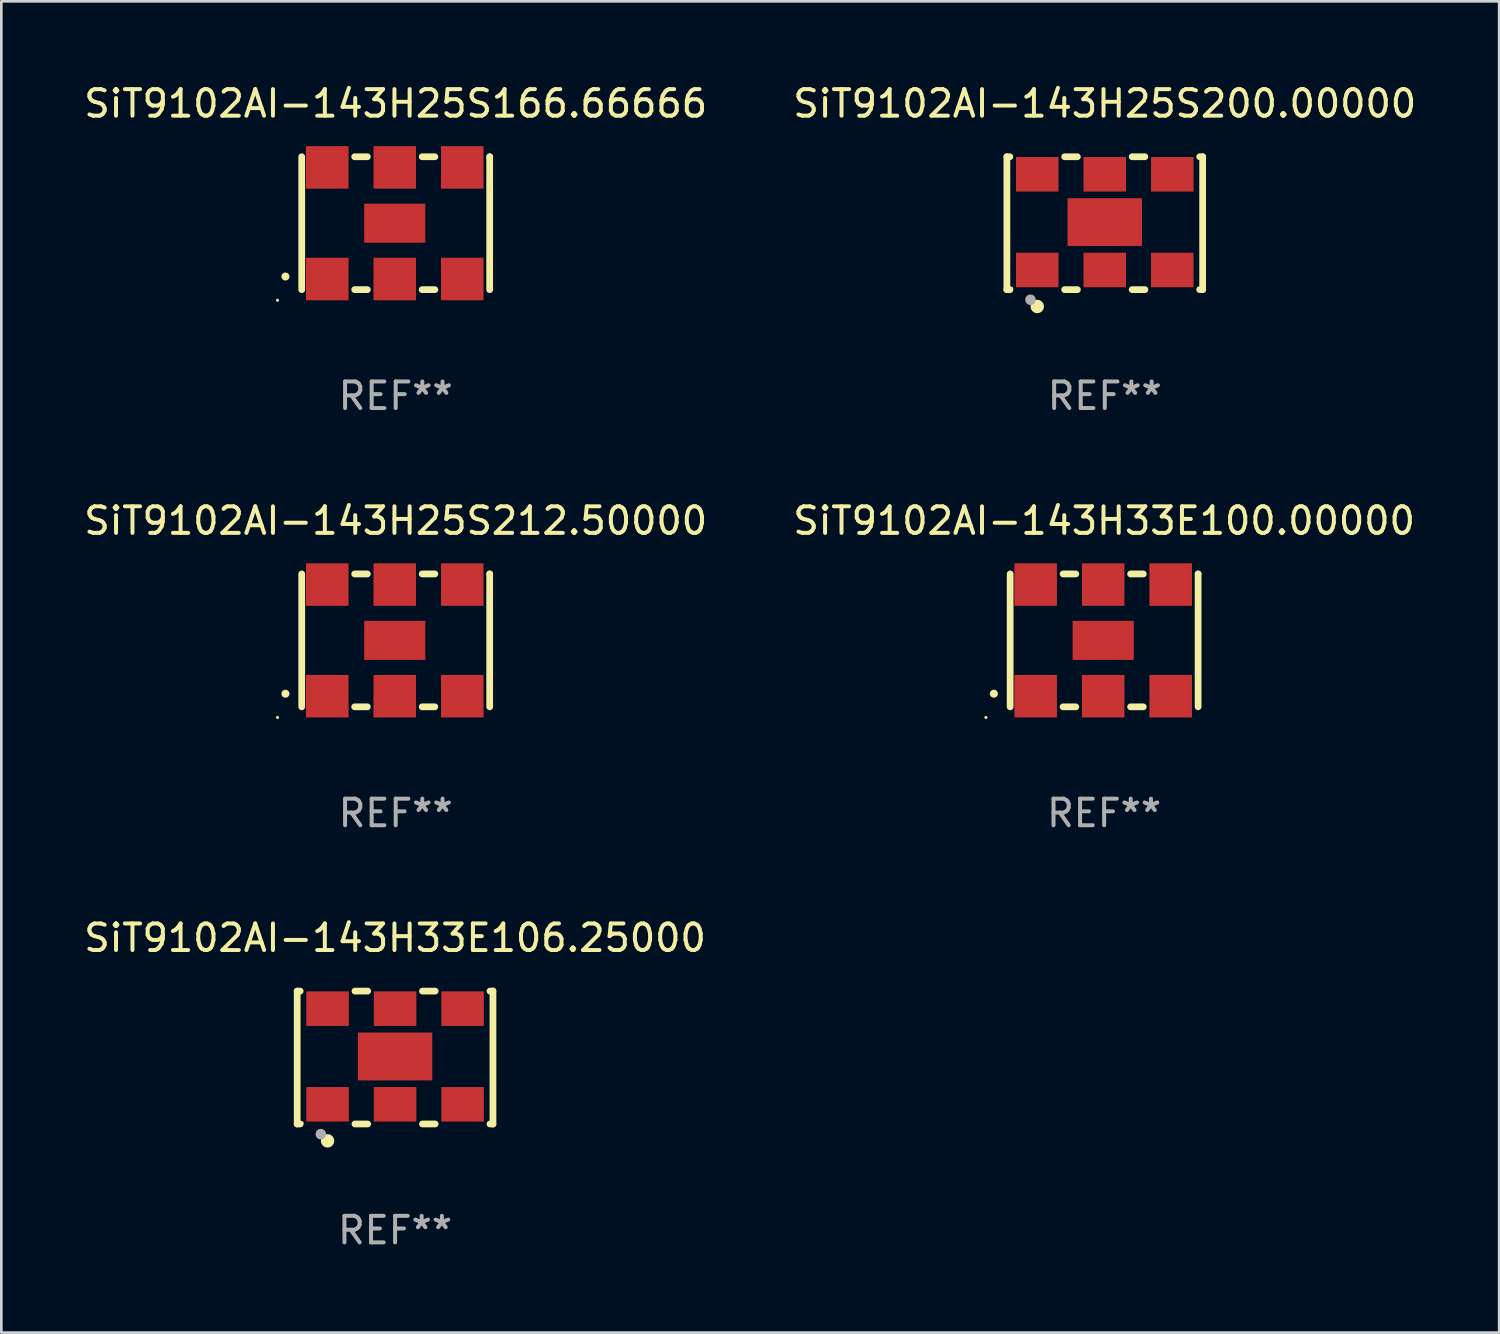
<source format=kicad_pcb>
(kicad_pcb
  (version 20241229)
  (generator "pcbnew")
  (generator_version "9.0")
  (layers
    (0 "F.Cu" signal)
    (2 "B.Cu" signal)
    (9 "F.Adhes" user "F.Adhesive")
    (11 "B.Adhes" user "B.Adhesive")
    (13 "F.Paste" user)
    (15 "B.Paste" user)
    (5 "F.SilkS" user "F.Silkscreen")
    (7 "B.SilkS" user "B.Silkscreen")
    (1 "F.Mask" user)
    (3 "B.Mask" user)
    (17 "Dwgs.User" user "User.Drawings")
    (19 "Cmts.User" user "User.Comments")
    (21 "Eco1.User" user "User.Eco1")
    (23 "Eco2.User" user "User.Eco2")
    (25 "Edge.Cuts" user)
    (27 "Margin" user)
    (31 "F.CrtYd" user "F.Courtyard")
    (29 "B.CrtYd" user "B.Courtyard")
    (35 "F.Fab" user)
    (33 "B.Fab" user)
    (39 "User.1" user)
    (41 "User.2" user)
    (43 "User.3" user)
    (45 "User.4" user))
  (footprint "SiT9102AI-143H33E100.00000"
    (layer "F.Cu")
    (at 38.494 21.045)
    (property "Reference" "SiT9102AI-143H33E100.00000" (at 0 -4.5 0) (layer "F.SilkS") (effects (font (size 1 1) (thickness 0.15))))
    (attr through_hole)
    (fp_line (start -3.536 -2.5) (end -3.536 2.5) (stroke (width 0.254) (type solid)) (layer "F.SilkS"))
    (fp_line (start -1.544 2.5) (end -1.067 2.5) (stroke (width 0.254) (type solid)) (layer "F.SilkS"))
    (fp_line (start -1.067 -2.5) (end -1.544 -2.5) (stroke (width 0.254) (type solid)) (layer "F.SilkS"))
    (fp_line (start 0.996 2.5) (end 1.473 2.5) (stroke (width 0.254) (type solid)) (layer "F.SilkS"))
    (fp_line (start 1.473 -2.5) (end 0.996 -2.5) (stroke (width 0.254) (type solid)) (layer "F.SilkS"))
    (fp_line (start 3.536 -2.5) (end 3.536 -2.5) (stroke (width 0.254) (type solid)) (layer "F.SilkS"))
    (fp_line (start 3.536 2.5) (end 3.536 -2.5) (stroke (width 0.254) (type solid)) (layer "F.SilkS"))
    (fp_arc (start -4.150432 2.006604) (mid -4.149162 2.006599) (end -4.147892 2.006604) (stroke (width 0.3) (type solid)) (layer "F.SilkS"))
    (fp_circle (center -4.449 2.9) (end -4.419 2.9) (stroke (width 0.06) (type solid)) (fill no) (layer "F.SilkS"))
    (fp_text user "REF**" (at 0 6.5 0) (layer "F.Fab") (effects (font (size 1 1) (thickness 0.15))))
    (pad "1" smd rect (at -2.576 2.1) (size 1.6 1.6) (layers "F.Cu" "F.Mask" "F.Paste"))
    (pad "2" smd rect (at -0.036 2.1) (size 1.6 1.6) (layers "F.Cu" "F.Mask" "F.Paste"))
    (pad "3" smd rect (at 2.504 2.1) (size 1.6 1.6) (layers "F.Cu" "F.Mask" "F.Paste"))
    (pad "4" smd rect (at 2.504 -2.1) (size 1.6 1.6) (layers "F.Cu" "F.Mask" "F.Paste"))
    (pad "5" smd rect (at -0.036 -2.1) (size 1.6 1.6) (layers "F.Cu" "F.Mask" "F.Paste"))
    (pad "6" smd rect (at -2.576 -2.1) (size 1.6 1.6) (layers "F.Cu" "F.Mask" "F.Paste"))
    (pad "7" smd rect (at -0.036 0) (size 2.3 1.47) (layers "F.Cu" "F.Mask" "F.Paste")))
  (footprint "SiT9102AI-143H25S212.50000"
    (layer "F.Cu")
    (at 11.839 21.045)
    (property "Reference" "SiT9102AI-143H25S212.50000" (at 0 -4.5 0) (layer "F.SilkS") (effects (font (size 1 1) (thickness 0.15))))
    (attr through_hole)
    (fp_line (start -3.536 -2.5) (end -3.536 2.5) (stroke (width 0.254) (type solid)) (layer "F.SilkS"))
    (fp_line (start -1.544 2.5) (end -1.067 2.5) (stroke (width 0.254) (type solid)) (layer "F.SilkS"))
    (fp_line (start -1.067 -2.5) (end -1.544 -2.5) (stroke (width 0.254) (type solid)) (layer "F.SilkS"))
    (fp_line (start 0.996 2.5) (end 1.473 2.5) (stroke (width 0.254) (type solid)) (layer "F.SilkS"))
    (fp_line (start 1.473 -2.5) (end 0.996 -2.5) (stroke (width 0.254) (type solid)) (layer "F.SilkS"))
    (fp_line (start 3.536 -2.5) (end 3.536 -2.5) (stroke (width 0.254) (type solid)) (layer "F.SilkS"))
    (fp_line (start 3.536 2.5) (end 3.536 -2.5) (stroke (width 0.254) (type solid)) (layer "F.SilkS"))
    (fp_arc (start -4.150432 2.006604) (mid -4.149162 2.006599) (end -4.147892 2.006604) (stroke (width 0.3) (type solid)) (layer "F.SilkS"))
    (fp_circle (center -4.449 2.9) (end -4.419 2.9) (stroke (width 0.06) (type solid)) (fill no) (layer "F.SilkS"))
    (fp_text user "REF**" (at 0 6.5 0) (layer "F.Fab") (effects (font (size 1 1) (thickness 0.15))))
    (pad "1" smd rect (at -2.576 2.1) (size 1.6 1.6) (layers "F.Cu" "F.Mask" "F.Paste"))
    (pad "2" smd rect (at -0.036 2.1) (size 1.6 1.6) (layers "F.Cu" "F.Mask" "F.Paste"))
    (pad "3" smd rect (at 2.504 2.1) (size 1.6 1.6) (layers "F.Cu" "F.Mask" "F.Paste"))
    (pad "4" smd rect (at 2.504 -2.1) (size 1.6 1.6) (layers "F.Cu" "F.Mask" "F.Paste"))
    (pad "5" smd rect (at -0.036 -2.1) (size 1.6 1.6) (layers "F.Cu" "F.Mask" "F.Paste"))
    (pad "6" smd rect (at -2.576 -2.1) (size 1.6 1.6) (layers "F.Cu" "F.Mask" "F.Paste"))
    (pad "7" smd rect (at -0.036 0) (size 2.3 1.47) (layers "F.Cu" "F.Mask" "F.Paste")))
  (footprint "SiT9102AI-143H25S166.66666"
    (layer "F.Cu")
    (at 11.839 5.348)
    (property "Reference" "SiT9102AI-143H25S166.66666" (at 0 -4.5 0) (layer "F.SilkS") (effects (font (size 1 1) (thickness 0.15))))
    (attr through_hole)
    (fp_line (start -3.536 -2.5) (end -3.536 2.5) (stroke (width 0.254) (type solid)) (layer "F.SilkS"))
    (fp_line (start -1.544 2.5) (end -1.067 2.5) (stroke (width 0.254) (type solid)) (layer "F.SilkS"))
    (fp_line (start -1.067 -2.5) (end -1.544 -2.5) (stroke (width 0.254) (type solid)) (layer "F.SilkS"))
    (fp_line (start 0.996 2.5) (end 1.473 2.5) (stroke (width 0.254) (type solid)) (layer "F.SilkS"))
    (fp_line (start 1.473 -2.5) (end 0.996 -2.5) (stroke (width 0.254) (type solid)) (layer "F.SilkS"))
    (fp_line (start 3.536 -2.5) (end 3.536 -2.5) (stroke (width 0.254) (type solid)) (layer "F.SilkS"))
    (fp_line (start 3.536 2.5) (end 3.536 -2.5) (stroke (width 0.254) (type solid)) (layer "F.SilkS"))
    (fp_arc (start -4.150432 2.006604) (mid -4.149162 2.006599) (end -4.147892 2.006604) (stroke (width 0.3) (type solid)) (layer "F.SilkS"))
    (fp_circle (center -4.449 2.9) (end -4.419 2.9) (stroke (width 0.06) (type solid)) (fill no) (layer "F.SilkS"))
    (fp_text user "REF**" (at 0 6.5 0) (layer "F.Fab") (effects (font (size 1 1) (thickness 0.15))))
    (pad "1" smd rect (at -2.576 2.1) (size 1.6 1.6) (layers "F.Cu" "F.Mask" "F.Paste"))
    (pad "2" smd rect (at -0.036 2.1) (size 1.6 1.6) (layers "F.Cu" "F.Mask" "F.Paste"))
    (pad "3" smd rect (at 2.504 2.1) (size 1.6 1.6) (layers "F.Cu" "F.Mask" "F.Paste"))
    (pad "4" smd rect (at 2.504 -2.1) (size 1.6 1.6) (layers "F.Cu" "F.Mask" "F.Paste"))
    (pad "5" smd rect (at -0.036 -2.1) (size 1.6 1.6) (layers "F.Cu" "F.Mask" "F.Paste"))
    (pad "6" smd rect (at -2.576 -2.1) (size 1.6 1.6) (layers "F.Cu" "F.Mask" "F.Paste"))
    (pad "7" smd rect (at -0.036 0) (size 2.3 1.47) (layers "F.Cu" "F.Mask" "F.Paste")))
  (footprint "SiT9102AI-143H33E106.25000"
    (layer "F.Cu")
    (at 11.815 36.741)
    (property "Reference" "SiT9102AI-143H33E106.25000" (at 0 -4.5 0) (layer "F.SilkS") (effects (font (size 1 1) (thickness 0.15))))
    (attr through_hole)
    (fp_line (start -3.683 -2.5) (end -3.571 -2.5) (stroke (width 0.254) (type solid)) (layer "F.SilkS"))
    (fp_line (start -3.683 2.5) (end -3.683 -2.5) (stroke (width 0.254) (type solid)) (layer "F.SilkS"))
    (fp_line (start -3.683 2.5) (end -3.571 2.5) (stroke (width 0.254) (type solid)) (layer "F.SilkS"))
    (fp_line (start -1.509 -2.5) (end -1.031 -2.5) (stroke (width 0.254) (type solid)) (layer "F.SilkS"))
    (fp_line (start -1.509 2.5) (end -1.031 2.5) (stroke (width 0.254) (type solid)) (layer "F.SilkS"))
    (fp_line (start 1.031 -2.5) (end 1.509 -2.5) (stroke (width 0.254) (type solid)) (layer "F.SilkS"))
    (fp_line (start 1.031 2.5) (end 1.509 2.5) (stroke (width 0.254) (type solid)) (layer "F.SilkS"))
    (fp_line (start 3.571 -2.5) (end 3.683 -2.5) (stroke (width 0.254) (type solid)) (layer "F.SilkS"))
    (fp_line (start 3.571 2.5) (end 3.683 2.5) (stroke (width 0.254) (type solid)) (layer "F.SilkS"))
    (fp_line (start 3.683 2.5) (end 3.683 -2.5) (stroke (width 0.254) (type solid)) (layer "F.SilkS"))
    (fp_circle (center -3.5 2.46) (end -3.47 2.46) (stroke (width 0.06) (type solid)) (fill no) (layer "F.SilkS"))
    (fp_circle (center -2.54 3.135) (end -2.413 3.135) (stroke (width 0.254) (type solid)) (fill no) (layer "F.SilkS"))
    (fp_circle (center -2.794 2.881) (end -2.694 2.881) (stroke (width 0.2) (type solid)) (fill no) (layer "F.Fab"))
    (fp_text user "REF**" (at 0 6.5 0) (layer "F.Fab") (effects (font (size 1 1) (thickness 0.15))))
    (pad "1" smd rect (at -2.54 1.76) (size 1.6 1.3) (layers "F.Cu" "F.Mask" "F.Paste"))
    (pad "2" smd rect (at 0 1.76) (size 1.6 1.3) (layers "F.Cu" "F.Mask" "F.Paste"))
    (pad "3" smd rect (at 2.54 1.76) (size 1.6 1.3) (layers "F.Cu" "F.Mask" "F.Paste"))
    (pad "4" smd rect (at 2.54 -1.84) (size 1.6 1.3) (layers "F.Cu" "F.Mask" "F.Paste"))
    (pad "5" smd rect (at 0 -1.84) (size 1.6 1.3) (layers "F.Cu" "F.Mask" "F.Paste"))
    (pad "6" smd rect (at -2.54 -1.84) (size 1.6 1.3) (layers "F.Cu" "F.Mask" "F.Paste"))
    (pad "7" smd rect (at 0 -0.04) (size 2.8 1.8) (layers "F.Cu" "F.Mask" "F.Paste")))
  (footprint "SiT9102AI-143H25S200.00000"
    (layer "F.Cu")
    (at 38.518 5.348)
    (property "Reference" "SiT9102AI-143H25S200.00000" (at 0 -4.5 0) (layer "F.SilkS") (effects (font (size 1 1) (thickness 0.15))))
    (attr through_hole)
    (fp_line (start -3.683 -2.5) (end -3.571 -2.5) (stroke (width 0.254) (type solid)) (layer "F.SilkS"))
    (fp_line (start -3.683 2.5) (end -3.683 -2.5) (stroke (width 0.254) (type solid)) (layer "F.SilkS"))
    (fp_line (start -3.683 2.5) (end -3.571 2.5) (stroke (width 0.254) (type solid)) (layer "F.SilkS"))
    (fp_line (start -1.509 -2.5) (end -1.031 -2.5) (stroke (width 0.254) (type solid)) (layer "F.SilkS"))
    (fp_line (start -1.509 2.5) (end -1.031 2.5) (stroke (width 0.254) (type solid)) (layer "F.SilkS"))
    (fp_line (start 1.031 -2.5) (end 1.509 -2.5) (stroke (width 0.254) (type solid)) (layer "F.SilkS"))
    (fp_line (start 1.031 2.5) (end 1.509 2.5) (stroke (width 0.254) (type solid)) (layer "F.SilkS"))
    (fp_line (start 3.571 -2.5) (end 3.683 -2.5) (stroke (width 0.254) (type solid)) (layer "F.SilkS"))
    (fp_line (start 3.571 2.5) (end 3.683 2.5) (stroke (width 0.254) (type solid)) (layer "F.SilkS"))
    (fp_line (start 3.683 2.5) (end 3.683 -2.5) (stroke (width 0.254) (type solid)) (layer "F.SilkS"))
    (fp_circle (center -3.5 2.46) (end -3.47 2.46) (stroke (width 0.06) (type solid)) (fill no) (layer "F.SilkS"))
    (fp_circle (center -2.54 3.135) (end -2.413 3.135) (stroke (width 0.254) (type solid)) (fill no) (layer "F.SilkS"))
    (fp_circle (center -2.794 2.881) (end -2.694 2.881) (stroke (width 0.2) (type solid)) (fill no) (layer "F.Fab"))
    (fp_text user "REF**" (at 0 6.5 0) (layer "F.Fab") (effects (font (size 1 1) (thickness 0.15))))
    (pad "1" smd rect (at -2.54 1.76) (size 1.6 1.3) (layers "F.Cu" "F.Mask" "F.Paste"))
    (pad "2" smd rect (at 0 1.76) (size 1.6 1.3) (layers "F.Cu" "F.Mask" "F.Paste"))
    (pad "3" smd rect (at 2.54 1.76) (size 1.6 1.3) (layers "F.Cu" "F.Mask" "F.Paste"))
    (pad "4" smd rect (at 2.54 -1.84) (size 1.6 1.3) (layers "F.Cu" "F.Mask" "F.Paste"))
    (pad "5" smd rect (at 0 -1.84) (size 1.6 1.3) (layers "F.Cu" "F.Mask" "F.Paste"))
    (pad "6" smd rect (at -2.54 -1.84) (size 1.6 1.3) (layers "F.Cu" "F.Mask" "F.Paste"))
    (pad "7" smd rect (at 0 -0.04) (size 2.8 1.8) (layers "F.Cu" "F.Mask" "F.Paste")))
  (gr_rect
    (start -3 -3)
    (end 53.357 47.09)
    (stroke (width 0.1) (type default))
    (fill no)
    (layer "Edge.Cuts")))
</source>
